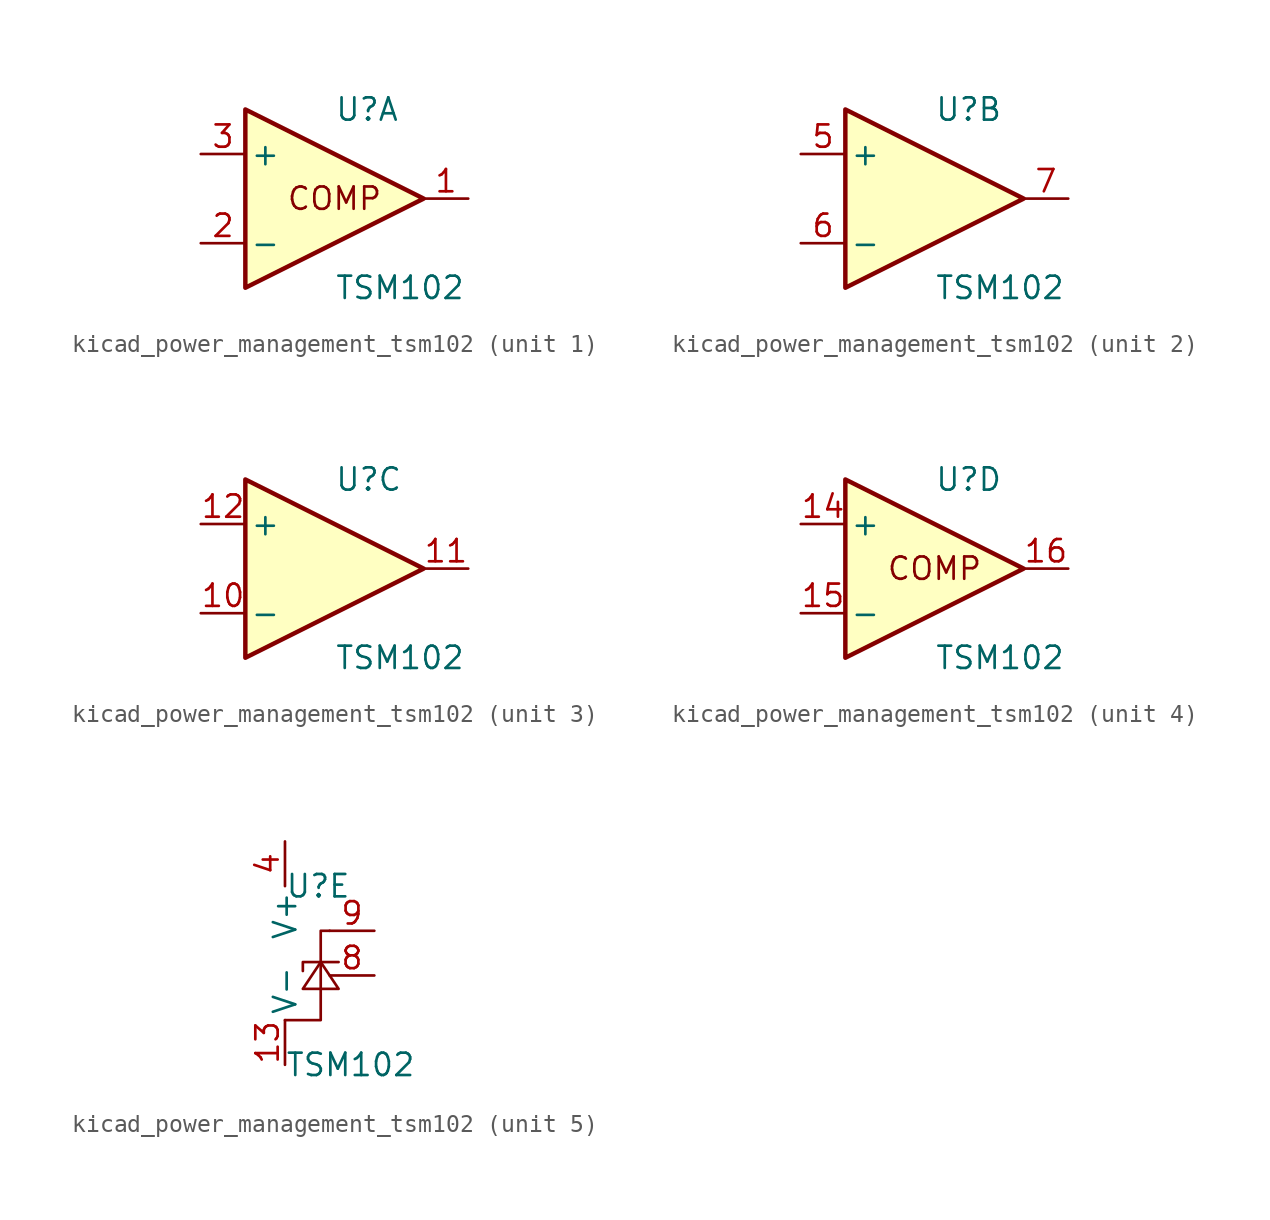
<source format=kicad_sym>
(kicad_symbol_lib
  (version 20220914)
  (generator kicad_symbol_editor)
  (symbol "kicad_power_management_tsm102"
    (pin_names
      (offset 0.254))
    (property "Reference" "U"
      (at 0 5.08 0)
      (effects (font (size 1.27 1.27)) (justify left)))
    (property "Value" "TSM102"
      (at 0 -5.08 0)
      (effects (font (size 1.27 1.27)) (justify left)))
    (symbol "kicad_power_management_tsm102_1_0"
      (text "COMP" (at 0 0 0) (effects (font (size 1.27 1.27)))))
    (symbol "kicad_power_management_tsm102_1_1"
      (polyline (pts (xy -5.08 5.08) (xy 5.08 0) (xy -5.08 -5.08) (xy -5.08 5.08)) (stroke (width 0.254) (type default)) (fill (type background)))
      (pin output line (at 7.62 0 180) (length 2.54) (name "~" (effects (font (size 1.27 1.27)))) (number "1" (effects (font (size 1.27 1.27)))))
      (pin input line (at -7.62 -2.54 0) (length 2.54) (name "-" (effects (font (size 1.27 1.27)))) (number "2" (effects (font (size 1.27 1.27)))))
      (pin input line (at -7.62 2.54 0) (length 2.54) (name "+" (effects (font (size 1.27 1.27)))) (number "3" (effects (font (size 1.27 1.27))))))
    (symbol "kicad_power_management_tsm102_2_1"
      (polyline (pts (xy -5.08 5.08) (xy 5.08 0) (xy -5.08 -5.08) (xy -5.08 5.08)) (stroke (width 0.254) (type default)) (fill (type background)))
      (pin input line (at -7.62 2.54 0) (length 2.54) (name "+" (effects (font (size 1.27 1.27)))) (number "5" (effects (font (size 1.27 1.27)))))
      (pin input line (at -7.62 -2.54 0) (length 2.54) (name "-" (effects (font (size 1.27 1.27)))) (number "6" (effects (font (size 1.27 1.27)))))
      (pin output line (at 7.62 0 180) (length 2.54) (name "~" (effects (font (size 1.27 1.27)))) (number "7" (effects (font (size 1.27 1.27))))))
    (symbol "kicad_power_management_tsm102_3_1"
      (polyline (pts (xy -5.08 5.08) (xy 5.08 0) (xy -5.08 -5.08) (xy -5.08 5.08)) (stroke (width 0.254) (type default)) (fill (type background)))
      (pin input line (at -7.62 -2.54 0) (length 2.54) (name "-" (effects (font (size 1.27 1.27)))) (number "10" (effects (font (size 1.27 1.27)))))
      (pin output line (at 7.62 0 180) (length 2.54) (name "~" (effects (font (size 1.27 1.27)))) (number "11" (effects (font (size 1.27 1.27)))))
      (pin input line (at -7.62 2.54 0) (length 2.54) (name "+" (effects (font (size 1.27 1.27)))) (number "12" (effects (font (size 1.27 1.27))))))
    (symbol "kicad_power_management_tsm102_4_0"
      (text "COMP" (at 0 0 0) (effects (font (size 1.27 1.27)))))
    (symbol "kicad_power_management_tsm102_4_1"
      (polyline (pts (xy -5.08 5.08) (xy 5.08 0) (xy -5.08 -5.08) (xy -5.08 5.08)) (stroke (width 0.254) (type default)) (fill (type background)))
      (pin input line (at -7.62 2.54 0) (length 2.54) (name "+" (effects (font (size 1.27 1.27)))) (number "14" (effects (font (size 1.27 1.27)))))
      (pin input line (at -7.62 -2.54 0) (length 2.54) (name "-" (effects (font (size 1.27 1.27)))) (number "15" (effects (font (size 1.27 1.27)))))
      (pin output line (at 7.62 0 180) (length 2.54) (name "~" (effects (font (size 1.27 1.27)))) (number "16" (effects (font (size 1.27 1.27))))))
    (symbol "kicad_power_management_tsm102_5_1"
      (polyline (pts (xy 1.016 0.254) (xy 1.016 0.762) (xy 3.048 0.762)) (stroke (width 0) (type default)) (fill (type none)))
      (polyline (pts (xy 0 -2.54) (xy 2.032 -2.54) (xy 2.032 2.54) (xy 2.54 2.54)) (stroke (width 0) (type default)) (fill (type none)))
      (polyline (pts (xy 1.016 -0.762) (xy 2.032 0.762) (xy 3.048 -0.762) (xy 1.016 -0.762)) (stroke (width 0) (type default)) (fill (type none)))
      (pin power_in line (at 0 -5.08 90) (length 2.54) (name "V-" (effects (font (size 1.27 1.27)))) (number "13" (effects (font (size 1.27 1.27)))))
      (pin power_in line (at 0 7.62 270) (length 2.54) (name "V+" (effects (font (size 1.27 1.27)))) (number "4" (effects (font (size 1.27 1.27)))))
      (pin passive line (at 5.08 0 180) (length 2.54) (name "~" (effects (font (size 1.27 1.27)))) (number "8" (effects (font (size 1.27 1.27)))))
      (pin passive line (at 5.08 2.54 180) (length 2.54) (name "~" (effects (font (size 1.27 1.27)))) (number "9" (effects (font (size 1.27 1.27))))))))
</source>
